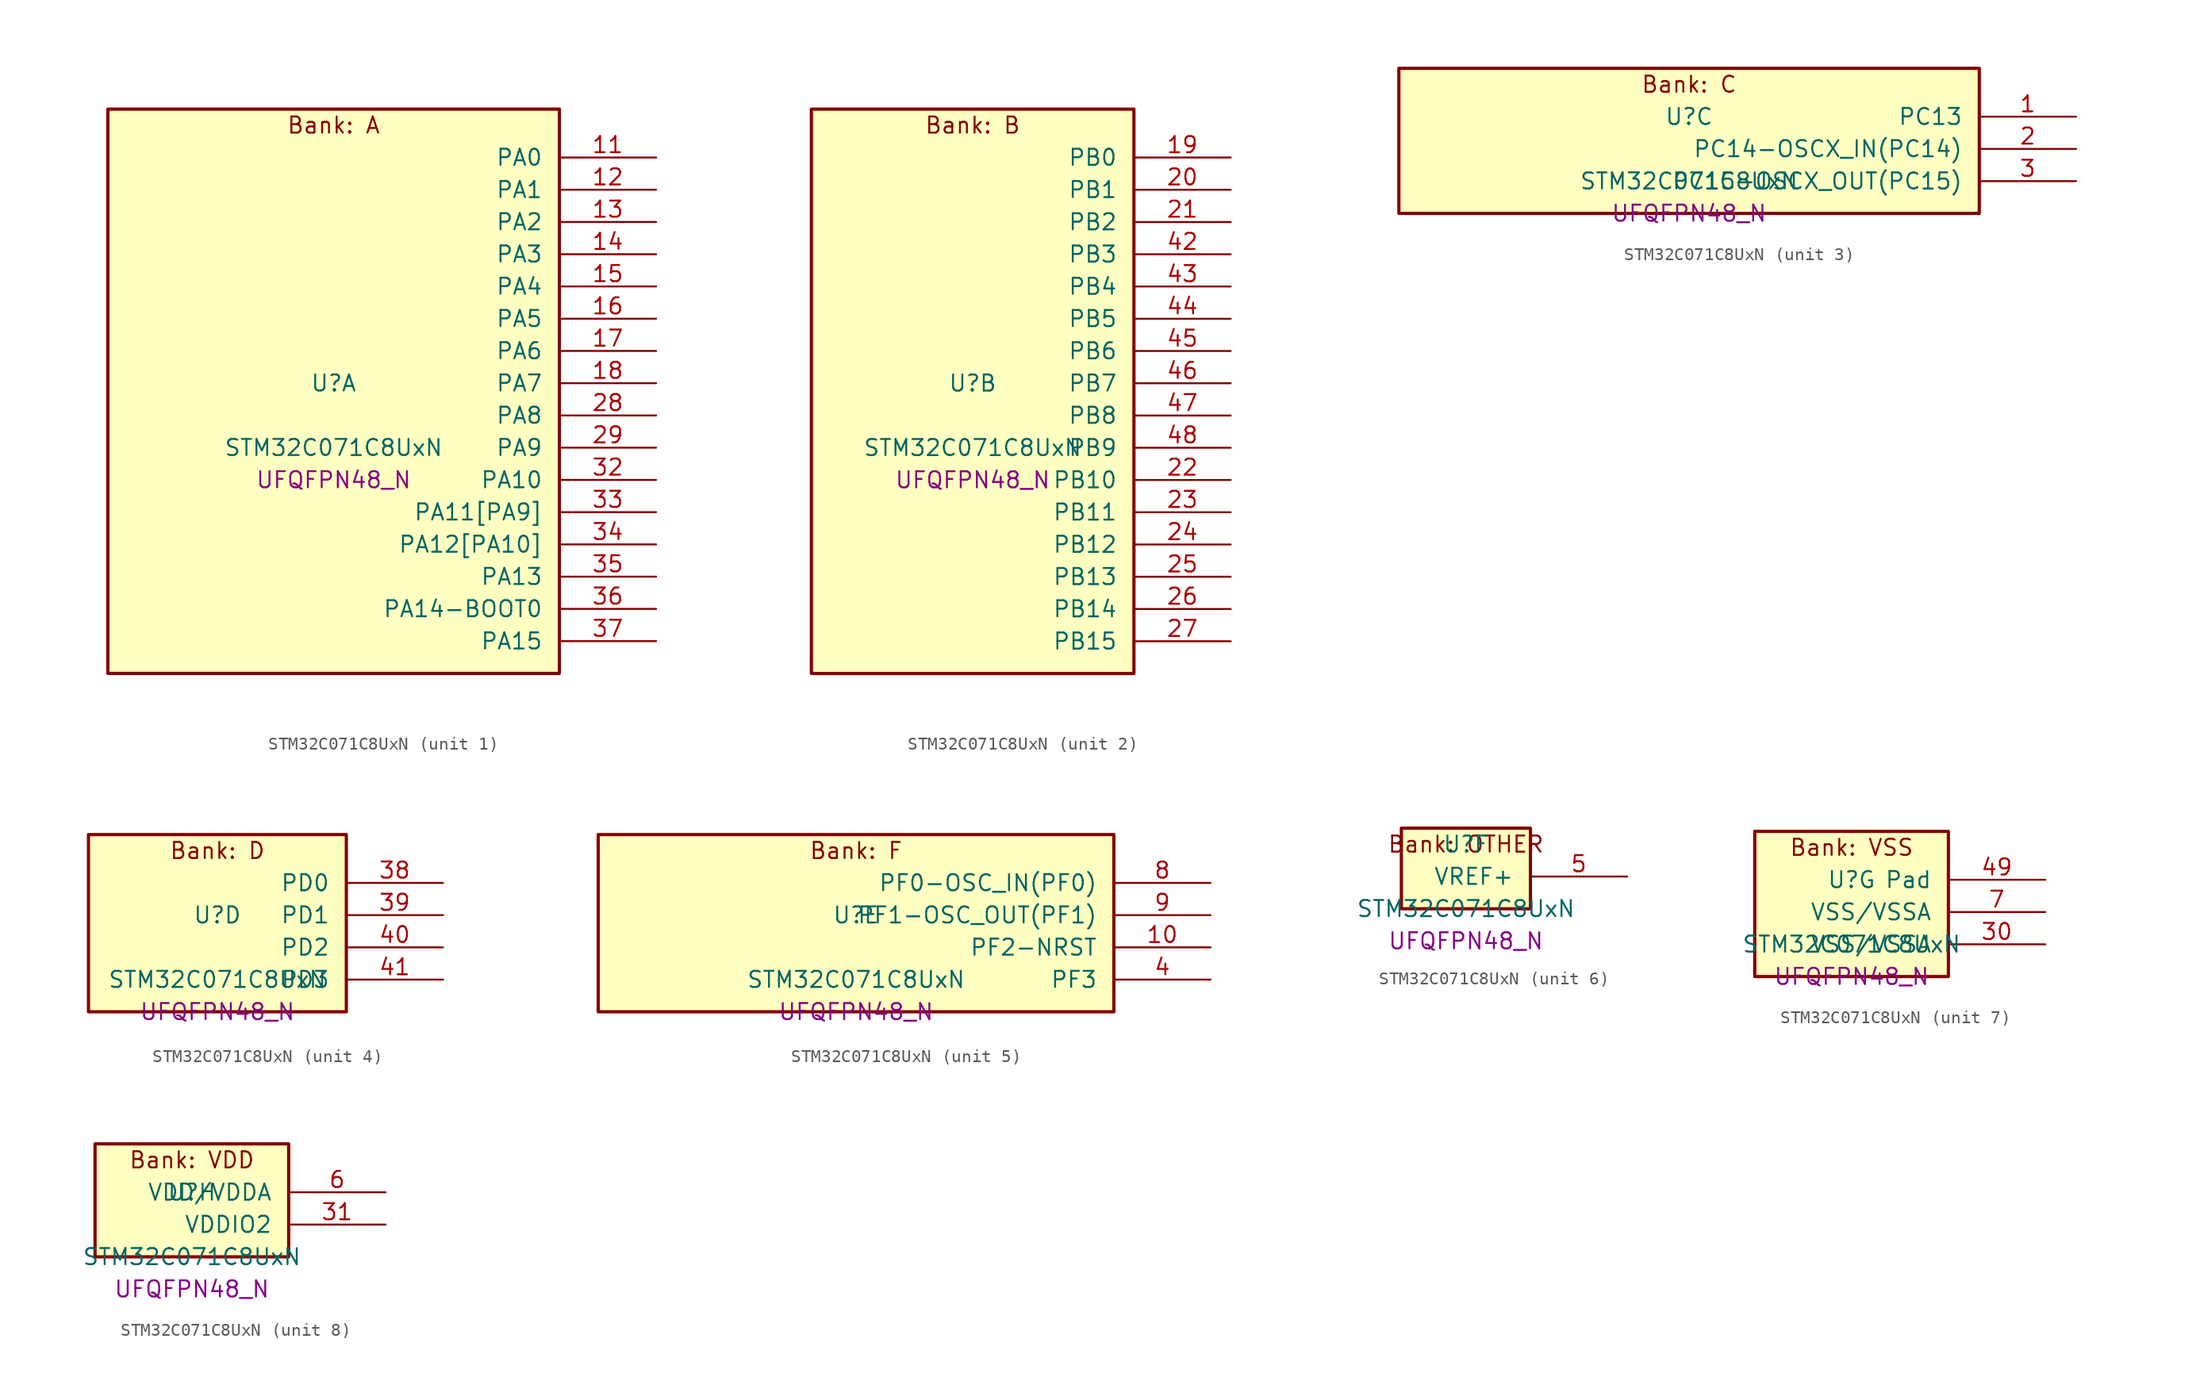
<source format=kicad_sym>
(kicad_symbol_lib
  (version 20241209)
  (generator "stm32_pkl_generator")
  (generator_version "1.0")
  (symbol "STM32C071C8UxN"
    (pin_names
      (offset 1.27))
    (property "Reference" "U"
      (at 0 2.54 0))
    (property "Value" "STM32C071C8UxN"
      (at 0 -2.54 0))
    (property "Footprint" "UFQFPN48_N"
      (at 0 -5.08 0))
    (symbol "STM32C071C8UxN_1_1"
      (rectangle (start -17.78 24.13) (end 17.78 -20.32) (stroke (width 0.254) (type solid)) (fill (type background)))
      (text "Bank: A" (at 0 22.86 0))
      (pin bidirectional line (at 25.4 20.32 180) (length 7.62) (name "PA0") (number "11") (alternate "PA0/ADC1_IN0" bidirectional line) (alternate "PA0/PWR_WKUP1" bidirectional line) (alternate "PA0/SPI2_SCK" bidirectional line) (alternate "PA0/TIM16_CH1" bidirectional line) (alternate "PA0/TIM1_CH1" bidirectional line) (alternate "PA0/TIM2_CH1" bidirectional line) (alternate "PA0/TIM2_ETR" bidirectional line) (alternate "PA0/USART1_TX" bidirectional line) (alternate "PA0/USART2_CTS" bidirectional line) (alternate "PA0/USART2_NSS" bidirectional line))
      (pin bidirectional line (at 25.4 17.78 180) (length 7.62) (name "PA1") (number "12") (alternate "PA1/ADC1_IN1" bidirectional line) (alternate "PA1/I2C1_SMBA" bidirectional line) (alternate "PA1/I2S1_CK" bidirectional line) (alternate "PA1/SPI1_SCK" bidirectional line) (alternate "PA1/TIM17_CH1" bidirectional line) (alternate "PA1/TIM1_CH2" bidirectional line) (alternate "PA1/TIM2_CH2" bidirectional line) (alternate "PA1/USART1_RX" bidirectional line) (alternate "PA1/USART2_CK" bidirectional line) (alternate "PA1/USART2_DE" bidirectional line) (alternate "PA1/USART2_RTS" bidirectional line))
      (pin bidirectional line (at 25.4 15.24 180) (length 7.62) (name "PA2") (number "13") (alternate "PA2/ADC1_IN2" bidirectional line) (alternate "PA2/I2S1_SD" bidirectional line) (alternate "PA2/PWR_WKUP4" bidirectional line) (alternate "PA2/RCC_LSCO" bidirectional line) (alternate "PA2/SPI1_MOSI" bidirectional line) (alternate "PA2/TIM16_CH1N" bidirectional line) (alternate "PA2/TIM1_CH3" bidirectional line) (alternate "PA2/TIM2_CH3" bidirectional line) (alternate "PA2/TIM3_ETR" bidirectional line) (alternate "PA2/USART2_TX" bidirectional line))
      (pin bidirectional line (at 25.4 12.7 180) (length 7.62) (name "PA3") (number "14") (alternate "PA3/ADC1_IN3" bidirectional line) (alternate "PA3/SPI2_MISO" bidirectional line) (alternate "PA3/TIM1_CH1N" bidirectional line) (alternate "PA3/TIM1_CH4" bidirectional line) (alternate "PA3/TIM2_CH4" bidirectional line) (alternate "PA3/USART2_RX" bidirectional line))
      (pin bidirectional line (at 25.4 10.16 180) (length 7.62) (name "PA4") (number "15") (alternate "PA4/ADC1_IN4" bidirectional line) (alternate "PA4/I2S1_WS" bidirectional line) (alternate "PA4/RTC_OUT2" bidirectional line) (alternate "PA4/SPI1_NSS" bidirectional line) (alternate "PA4/SPI2_MOSI" bidirectional line) (alternate "PA4/TIM14_CH1" bidirectional line) (alternate "PA4/TIM17_CH1N" bidirectional line) (alternate "PA4/TIM1_CH2N" bidirectional line) (alternate "PA4/USART2_TX" bidirectional line) (alternate "PA4/USB_NOE" bidirectional line))
      (pin bidirectional line (at 25.4 7.62 180) (length 7.62) (name "PA5") (number "16") (alternate "PA5/ADC1_IN5" bidirectional line) (alternate "PA5/I2S1_CK" bidirectional line) (alternate "PA5/SPI1_SCK" bidirectional line) (alternate "PA5/TIM1_CH1" bidirectional line) (alternate "PA5/TIM1_CH3N" bidirectional line) (alternate "PA5/TIM2_CH1" bidirectional line) (alternate "PA5/TIM2_ETR" bidirectional line) (alternate "PA5/USART2_RX" bidirectional line))
      (pin bidirectional line (at 25.4 5.08 180) (length 7.62) (name "PA6") (number "17") (alternate "PA6/ADC1_IN6" bidirectional line) (alternate "PA6/I2C2_SDA" bidirectional line) (alternate "PA6/I2S1_MCK" bidirectional line) (alternate "PA6/SPI1_MISO" bidirectional line) (alternate "PA6/TIM16_CH1" bidirectional line) (alternate "PA6/TIM1_BKIN" bidirectional line) (alternate "PA6/TIM3_CH1" bidirectional line))
      (pin bidirectional line (at 25.4 2.54 180) (length 7.62) (name "PA7") (number "18") (alternate "PA7/ADC1_IN7" bidirectional line) (alternate "PA7/I2C2_SCL" bidirectional line) (alternate "PA7/I2S1_SD" bidirectional line) (alternate "PA7/SPI1_MOSI" bidirectional line) (alternate "PA7/TIM14_CH1" bidirectional line) (alternate "PA7/TIM17_CH1" bidirectional line) (alternate "PA7/TIM1_CH1N" bidirectional line) (alternate "PA7/TIM3_CH2" bidirectional line))
      (pin bidirectional line (at 25.4 0 180) (length 7.62) (name "PA8") (number "28") (alternate "PA8/ADC1_IN8" bidirectional line) (alternate "PA8/CRS_SYNC" bidirectional line) (alternate "PA8/I2S1_WS" bidirectional line) (alternate "PA8/RCC_MCO" bidirectional line) (alternate "PA8/RCC_MCO_2" bidirectional line) (alternate "PA8/SPI1_NSS" bidirectional line) (alternate "PA8/SPI2_MISO" bidirectional line) (alternate "PA8/SPI2_NSS" bidirectional line) (alternate "PA8/TIM14_CH1" bidirectional line) (alternate "PA8/TIM1_CH1" bidirectional line) (alternate "PA8/TIM1_CH2N" bidirectional line) (alternate "PA8/TIM1_CH3N" bidirectional line) (alternate "PA8/TIM3_CH3" bidirectional line) (alternate "PA8/TIM3_CH4" bidirectional line) (alternate "PA8/USART1_RX" bidirectional line) (alternate "PA8/USART2_TX" bidirectional line))
      (pin bidirectional line (at 25.4 -2.54 180) (length 7.62) (name "PA9") (number "29") (alternate "PA9/I2C1_SCL" bidirectional line) (alternate "PA9/I2C2_SCL" bidirectional line) (alternate "PA9/RCC_MCO" bidirectional line) (alternate "PA9/SPI2_MISO" bidirectional line) (alternate "PA9/TIM1_CH2" bidirectional line) (alternate "PA9/TIM3_ETR" bidirectional line) (alternate "PA9/USART1_TX" bidirectional line) (alternate "PA9/NC" bidirectional line))
      (pin bidirectional line (at 25.4 -5.08 180) (length 7.62) (name "PA10") (number "32") (alternate "PA10/I2C1_SDA" bidirectional line) (alternate "PA10/I2C2_SDA" bidirectional line) (alternate "PA10/RCC_MCO_2" bidirectional line) (alternate "PA10/SPI2_MOSI" bidirectional line) (alternate "PA10/TIM17_BKIN" bidirectional line) (alternate "PA10/TIM1_CH3" bidirectional line) (alternate "PA10/USART1_RX" bidirectional line) (alternate "PA10/NC" bidirectional line))
      (pin bidirectional line (at 25.4 -7.62 180) (length 7.62) (name "PA11[PA9]") (number "33") (alternate "PA11[PA9]/ADC1_EXTI11" bidirectional line) (alternate "PA11[PA9]/I2C2_SCL" bidirectional line) (alternate "PA11[PA9]/I2S1_MCK" bidirectional line) (alternate "PA11[PA9]/SPI1_MISO" bidirectional line) (alternate "PA11[PA9]/TIM1_BKIN2" bidirectional line) (alternate "PA11[PA9]/TIM1_CH4" bidirectional line) (alternate "PA11[PA9]/USART1_CTS" bidirectional line) (alternate "PA11[PA9]/USART1_NSS" bidirectional line) (alternate "PA11[PA9]/USB_DM" bidirectional line) (alternate "PA11[PA9]/PA9[PA11]" bidirectional line) (alternate "PA11[PA9]/I2C1_SCL" bidirectional line) (alternate "PA11[PA9]/RCC_MCO" bidirectional line) (alternate "PA11[PA9]/SPI2_MISO" bidirectional line) (alternate "PA11[PA9]/TIM1_CH2" bidirectional line) (alternate "PA11[PA9]/TIM3_ETR" bidirectional line) (alternate "PA11[PA9]/USART1_TX" bidirectional line))
      (pin bidirectional line (at 25.4 -10.16 180) (length 7.62) (name "PA12[PA10]") (number "34") (alternate "PA12[PA10]/I2C2_SDA" bidirectional line) (alternate "PA12[PA10]/I2S1_SD" bidirectional line) (alternate "PA12[PA10]/I2S_CKIN" bidirectional line) (alternate "PA12[PA10]/SPI1_MOSI" bidirectional line) (alternate "PA12[PA10]/TIM1_ETR" bidirectional line) (alternate "PA12[PA10]/USART1_CK" bidirectional line) (alternate "PA12[PA10]/USART1_DE" bidirectional line) (alternate "PA12[PA10]/USART1_RTS" bidirectional line) (alternate "PA12[PA10]/USB_DP" bidirectional line) (alternate "PA12[PA10]/PA10[PA12]" bidirectional line) (alternate "PA12[PA10]/I2C1_SDA" bidirectional line) (alternate "PA12[PA10]/RCC_MCO_2" bidirectional line) (alternate "PA12[PA10]/SPI2_MOSI" bidirectional line) (alternate "PA12[PA10]/TIM17_BKIN" bidirectional line) (alternate "PA12[PA10]/TIM1_CH3" bidirectional line) (alternate "PA12[PA10]/USART1_RX" bidirectional line))
      (pin bidirectional line (at 25.4 -12.7 180) (length 7.62) (name "PA13") (number "35") (alternate "PA13/ADC1_IN13" bidirectional line) (alternate "PA13/DEBUG_SWDIO" bidirectional line) (alternate "PA13/IR_OUT" bidirectional line) (alternate "PA13/TIM3_ETR" bidirectional line) (alternate "PA13/USART2_RX" bidirectional line) (alternate "PA13/USB_NOE" bidirectional line))
      (pin bidirectional line (at 25.4 -15.24 180) (length 7.62) (name "PA14-BOOT0") (number "36") (alternate "PA14-BOOT0/ADC1_IN14" bidirectional line) (alternate "PA14-BOOT0/DEBUG_SWCLK" bidirectional line) (alternate "PA14-BOOT0/I2S1_WS" bidirectional line) (alternate "PA14-BOOT0/RCC_MCO_2" bidirectional line) (alternate "PA14-BOOT0/SPI1_NSS" bidirectional line) (alternate "PA14-BOOT0/TIM1_CH1" bidirectional line) (alternate "PA14-BOOT0/USART1_CK" bidirectional line) (alternate "PA14-BOOT0/USART1_DE" bidirectional line) (alternate "PA14-BOOT0/USART1_RTS" bidirectional line) (alternate "PA14-BOOT0/USART2_RX" bidirectional line) (alternate "PA14-BOOT0/USART2_TX" bidirectional line))
      (pin bidirectional line (at 25.4 -17.78 180) (length 7.62) (name "PA15") (number "37") (alternate "PA15/I2S1_WS" bidirectional line) (alternate "PA15/RCC_MCO_2" bidirectional line) (alternate "PA15/SPI1_NSS" bidirectional line) (alternate "PA15/TIM1_CH1" bidirectional line) (alternate "PA15/TIM2_CH1" bidirectional line) (alternate "PA15/TIM2_ETR" bidirectional line) (alternate "PA15/USART1_CK" bidirectional line) (alternate "PA15/USART1_DE" bidirectional line) (alternate "PA15/USART1_RTS" bidirectional line) (alternate "PA15/USART2_RX" bidirectional line) (alternate "PA15/USB_NOE" bidirectional line)))
    (symbol "STM32C071C8UxN_2_1"
      (rectangle (start -12.7 24.13) (end 12.7 -20.32) (stroke (width 0.254) (type solid)) (fill (type background)))
      (text "Bank: B" (at 0 22.86 0))
      (pin bidirectional line (at 20.32 20.32 180) (length 7.62) (name "PB0") (number "19") (alternate "PB0/ADC1_IN17" bidirectional line) (alternate "PB0/I2S1_WS" bidirectional line) (alternate "PB0/SPI1_NSS" bidirectional line) (alternate "PB0/TIM1_CH2N" bidirectional line) (alternate "PB0/TIM3_CH3" bidirectional line))
      (pin bidirectional line (at 20.32 17.78 180) (length 7.62) (name "PB1") (number "20") (alternate "PB1/ADC1_IN18" bidirectional line) (alternate "PB1/TIM14_CH1" bidirectional line) (alternate "PB1/TIM1_CH2N" bidirectional line) (alternate "PB1/TIM1_CH3N" bidirectional line) (alternate "PB1/TIM3_CH4" bidirectional line))
      (pin bidirectional line (at 20.32 15.24 180) (length 7.62) (name "PB2") (number "21") (alternate "PB2/ADC1_IN19" bidirectional line) (alternate "PB2/RCC_MCO_2" bidirectional line) (alternate "PB2/SPI2_MISO" bidirectional line) (alternate "PB2/USART1_RX" bidirectional line))
      (pin bidirectional line (at 20.32 12.7 180) (length 7.62) (name "PB3") (number "42") (alternate "PB3/I2C2_SCL" bidirectional line) (alternate "PB3/I2S1_CK" bidirectional line) (alternate "PB3/SPI1_SCK" bidirectional line) (alternate "PB3/TIM1_CH2" bidirectional line) (alternate "PB3/TIM2_CH2" bidirectional line) (alternate "PB3/TIM3_CH2" bidirectional line) (alternate "PB3/USART1_CK" bidirectional line) (alternate "PB3/USART1_DE" bidirectional line) (alternate "PB3/USART1_RTS" bidirectional line))
      (pin bidirectional line (at 20.32 10.16 180) (length 7.62) (name "PB4") (number "43") (alternate "PB4/I2C2_SDA" bidirectional line) (alternate "PB4/I2S1_MCK" bidirectional line) (alternate "PB4/SPI1_MISO" bidirectional line) (alternate "PB4/TIM17_BKIN" bidirectional line) (alternate "PB4/TIM3_CH1" bidirectional line) (alternate "PB4/USART1_CTS" bidirectional line) (alternate "PB4/USART1_NSS" bidirectional line))
      (pin bidirectional line (at 20.32 7.62 180) (length 7.62) (name "PB5") (number "44") (alternate "PB5/I2C1_SMBA" bidirectional line) (alternate "PB5/I2S1_SD" bidirectional line) (alternate "PB5/PWR_WKUP6" bidirectional line) (alternate "PB5/SPI1_MOSI" bidirectional line) (alternate "PB5/TIM16_BKIN" bidirectional line) (alternate "PB5/TIM3_CH2" bidirectional line) (alternate "PB5/TIM3_CH3" bidirectional line))
      (pin bidirectional line (at 20.32 5.08 180) (length 7.62) (name "PB6") (number "45") (alternate "PB6/I2C1_SCL" bidirectional line) (alternate "PB6/I2C1_SMBA" bidirectional line) (alternate "PB6/I2S1_CK" bidirectional line) (alternate "PB6/I2S1_MCK" bidirectional line) (alternate "PB6/I2S1_SD" bidirectional line) (alternate "PB6/PWR_WKUP3" bidirectional line) (alternate "PB6/SPI1_MISO" bidirectional line) (alternate "PB6/SPI1_MOSI" bidirectional line) (alternate "PB6/SPI1_SCK" bidirectional line) (alternate "PB6/SPI2_MISO" bidirectional line) (alternate "PB6/TIM16_BKIN" bidirectional line) (alternate "PB6/TIM16_CH1N" bidirectional line) (alternate "PB6/TIM17_BKIN" bidirectional line) (alternate "PB6/TIM1_CH2" bidirectional line) (alternate "PB6/TIM1_CH3" bidirectional line) (alternate "PB6/TIM3_CH1" bidirectional line) (alternate "PB6/TIM3_CH2" bidirectional line) (alternate "PB6/TIM3_CH3" bidirectional line) (alternate "PB6/USART1_CTS" bidirectional line) (alternate "PB6/USART1_NSS" bidirectional line) (alternate "PB6/USART1_TX" bidirectional line))
      (pin bidirectional line (at 20.32 2.54 180) (length 7.62) (name "PB7") (number "46") (alternate "PB7/I2C1_SCL" bidirectional line) (alternate "PB7/I2C1_SDA" bidirectional line) (alternate "PB7/SPI2_MOSI" bidirectional line) (alternate "PB7/TIM16_CH1" bidirectional line) (alternate "PB7/TIM17_CH1N" bidirectional line) (alternate "PB7/TIM1_CH4" bidirectional line) (alternate "PB7/TIM3_CH1" bidirectional line) (alternate "PB7/TIM3_CH4" bidirectional line) (alternate "PB7/USART1_RX" bidirectional line) (alternate "PB7/USART2_CTS" bidirectional line) (alternate "PB7/USART2_NSS" bidirectional line))
      (pin bidirectional line (at 20.32 0 180) (length 7.62) (name "PB8") (number "47") (alternate "PB8/I2C1_SCL" bidirectional line) (alternate "PB8/SPI2_SCK" bidirectional line) (alternate "PB8/TIM16_CH1" bidirectional line) (alternate "PB8/TIM3_CH1" bidirectional line) (alternate "PB8/USART2_CTS" bidirectional line) (alternate "PB8/USART2_NSS" bidirectional line))
      (pin bidirectional line (at 20.32 -2.54 180) (length 7.62) (name "PB9") (number "48") (alternate "PB9/I2C1_SDA" bidirectional line) (alternate "PB9/IR_OUT" bidirectional line) (alternate "PB9/SPI2_NSS" bidirectional line) (alternate "PB9/TIM17_CH1" bidirectional line) (alternate "PB9/TIM3_CH2" bidirectional line) (alternate "PB9/USART2_CK" bidirectional line) (alternate "PB9/USART2_DE" bidirectional line) (alternate "PB9/USART2_RTS" bidirectional line))
      (pin bidirectional line (at 20.32 -5.08 180) (length 7.62) (name "PB10") (number "22") (alternate "PB10/ADC1_IN20" bidirectional line) (alternate "PB10/I2C2_SCL" bidirectional line) (alternate "PB10/SPI2_SCK" bidirectional line) (alternate "PB10/TIM2_CH3" bidirectional line))
      (pin bidirectional line (at 20.32 -7.62 180) (length 7.62) (name "PB11") (number "23") (alternate "PB11/ADC1_EXTI11" bidirectional line) (alternate "PB11/ADC1_IN21" bidirectional line) (alternate "PB11/I2C2_SDA" bidirectional line) (alternate "PB11/SPI2_MOSI" bidirectional line) (alternate "PB11/TIM2_CH4" bidirectional line))
      (pin bidirectional line (at 20.32 -10.16 180) (length 7.62) (name "PB12") (number "24") (alternate "PB12/ADC1_IN22" bidirectional line) (alternate "PB12/SPI2_NSS" bidirectional line) (alternate "PB12/TIM1_BKIN" bidirectional line) (alternate "PB12/TIM1_BKIN2" bidirectional line))
      (pin bidirectional line (at 20.32 -12.7 180) (length 7.62) (name "PB13") (number "25") (alternate "PB13/I2C2_SCL" bidirectional line) (alternate "PB13/SPI2_SCK" bidirectional line) (alternate "PB13/TIM1_CH1N" bidirectional line))
      (pin bidirectional line (at 20.32 -15.24 180) (length 7.62) (name "PB14") (number "26") (alternate "PB14/I2C2_SDA" bidirectional line) (alternate "PB14/SPI2_MISO" bidirectional line) (alternate "PB14/TIM1_CH2N" bidirectional line))
      (pin bidirectional line (at 20.32 -17.78 180) (length 7.62) (name "PB15") (number "27") (alternate "PB15/RTC_REFIN" bidirectional line) (alternate "PB15/SPI2_MOSI" bidirectional line) (alternate "PB15/TIM1_CH3N" bidirectional line)))
    (symbol "STM32C071C8UxN_3_1"
      (rectangle (start -22.86 6.35) (end 22.86 -5.08) (stroke (width 0.254) (type solid)) (fill (type background)))
      (text "Bank: C" (at 0 5.08 0))
      (pin bidirectional line (at 30.48 2.54 180) (length 7.62) (name "PC13") (number "1") (alternate "PC13/PWR_WKUP2" bidirectional line) (alternate "PC13/RTC_OUT1" bidirectional line) (alternate "PC13/RTC_TS" bidirectional line) (alternate "PC13/TIM1_BKIN" bidirectional line) (alternate "PC13/TIM1_ETR" bidirectional line))
      (pin bidirectional line (at 30.48 0 180) (length 7.62) (name "PC14-OSCX_IN(PC14)") (number "2") (alternate "PC14-OSCX_IN(PC14)/I2C1_SDA" bidirectional line) (alternate "PC14-OSCX_IN(PC14)/IR_OUT" bidirectional line) (alternate "PC14-OSCX_IN(PC14)/RCC_OSCX_IN" bidirectional line) (alternate "PC14-OSCX_IN(PC14)/SPI2_NSS" bidirectional line) (alternate "PC14-OSCX_IN(PC14)/TIM17_CH1" bidirectional line) (alternate "PC14-OSCX_IN(PC14)/TIM1_BKIN2" bidirectional line) (alternate "PC14-OSCX_IN(PC14)/TIM1_ETR" bidirectional line) (alternate "PC14-OSCX_IN(PC14)/TIM3_CH2" bidirectional line) (alternate "PC14-OSCX_IN(PC14)/USART1_TX" bidirectional line) (alternate "PC14-OSCX_IN(PC14)/USART2_CK" bidirectional line) (alternate "PC14-OSCX_IN(PC14)/USART2_DE" bidirectional line) (alternate "PC14-OSCX_IN(PC14)/USART2_RTS" bidirectional line))
      (pin bidirectional line (at 30.48 -2.54 180) (length 7.62) (name "PC15-OSCX_OUT(PC15)") (number "3") (alternate "PC15-OSCX_OUT(PC15)/RCC_OSC32_EN" bidirectional line) (alternate "PC15-OSCX_OUT(PC15)/RCC_OSCX_OUT" bidirectional line) (alternate "PC15-OSCX_OUT(PC15)/RCC_OSC_EN" bidirectional line) (alternate "PC15-OSCX_OUT(PC15)/TIM1_ETR" bidirectional line) (alternate "PC15-OSCX_OUT(PC15)/TIM3_CH3" bidirectional line)))
    (symbol "STM32C071C8UxN_4_1"
      (rectangle (start -10.16 8.89) (end 10.16 -5.08) (stroke (width 0.254) (type solid)) (fill (type background)))
      (text "Bank: D" (at 0 7.62 0))
      (pin bidirectional line (at 17.78 5.08 180) (length 7.62) (name "PD0") (number "38") (alternate "PD0/SPI2_NSS" bidirectional line) (alternate "PD0/TIM16_CH1" bidirectional line))
      (pin bidirectional line (at 17.78 2.54 180) (length 7.62) (name "PD1") (number "39") (alternate "PD1/SPI2_SCK" bidirectional line) (alternate "PD1/TIM17_CH1" bidirectional line))
      (pin bidirectional line (at 17.78 0 180) (length 7.62) (name "PD2") (number "40") (alternate "PD2/TIM1_CH1N" bidirectional line) (alternate "PD2/TIM3_ETR" bidirectional line))
      (pin bidirectional line (at 17.78 -2.54 180) (length 7.62) (name "PD3") (number "41") (alternate "PD3/SPI2_MISO" bidirectional line) (alternate "PD3/TIM1_CH2N" bidirectional line) (alternate "PD3/USART2_CTS" bidirectional line) (alternate "PD3/USART2_NSS" bidirectional line)))
    (symbol "STM32C071C8UxN_5_1"
      (rectangle (start -20.32 8.89) (end 20.32 -5.08) (stroke (width 0.254) (type solid)) (fill (type background)))
      (text "Bank: F" (at 0 7.62 0))
      (pin bidirectional line (at 27.94 5.08 180) (length 7.62) (name "PF0-OSC_IN(PF0)") (number "8") (alternate "PF0-OSC_IN(PF0)/CRS_SYNC" bidirectional line) (alternate "PF0-OSC_IN(PF0)/RCC_OSC_IN" bidirectional line) (alternate "PF0-OSC_IN(PF0)/TIM14_CH1" bidirectional line))
      (pin bidirectional line (at 27.94 2.54 180) (length 7.62) (name "PF1-OSC_OUT(PF1)") (number "9") (alternate "PF1-OSC_OUT(PF1)/RCC_OSC_EN" bidirectional line) (alternate "PF1-OSC_OUT(PF1)/RCC_OSC_OUT" bidirectional line))
      (pin bidirectional line (at 27.94 0 180) (length 7.62) (name "PF2-NRST") (number "10") (alternate "PF2-NRST/RCC_MCO" bidirectional line) (alternate "PF2-NRST/TIM1_CH4" bidirectional line))
      (pin bidirectional line (at 27.94 -2.54 180) (length 7.62) (name "PF3") (number "4")))
    (symbol "STM32C071C8UxN_6_1"
      (rectangle (start -5.08 3.81) (end 5.08 -2.54) (stroke (width 0.254) (type solid)) (fill (type background)))
      (text "Bank: OTHER" (at 0 2.54 0))
      (pin bidirectional line (at 12.7 0 180) (length 7.62) (name "VREF+") (number "5")))
    (symbol "STM32C071C8UxN_7_1"
      (rectangle (start -7.62 6.35) (end 7.62 -5.08) (stroke (width 0.254) (type solid)) (fill (type background)))
      (text "Bank: VSS" (at 0 5.08 0))
      (pin passive line (at 15.24 2.54 180) (length 7.62) (name "Pad") (number "49"))
      (pin power_in line (at 15.24 0 180) (length 7.62) (name "VSS/VSSA") (number "7"))
      (pin power_in line (at 15.24 -2.54 180) (length 7.62) (name "VSS/VSSA") (number "30")))
    (symbol "STM32C071C8UxN_8_1"
      (rectangle (start -7.62 6.35) (end 7.62 -2.54) (stroke (width 0.254) (type solid)) (fill (type background)))
      (text "Bank: VDD" (at 0 5.08 0))
      (pin power_in line (at 15.24 2.54 180) (length 7.62) (name "VDD/VDDA") (number "6"))
      (pin power_in line (at 15.24 0 180) (length 7.62) (name "VDDIO2") (number "31")))))
</source>
